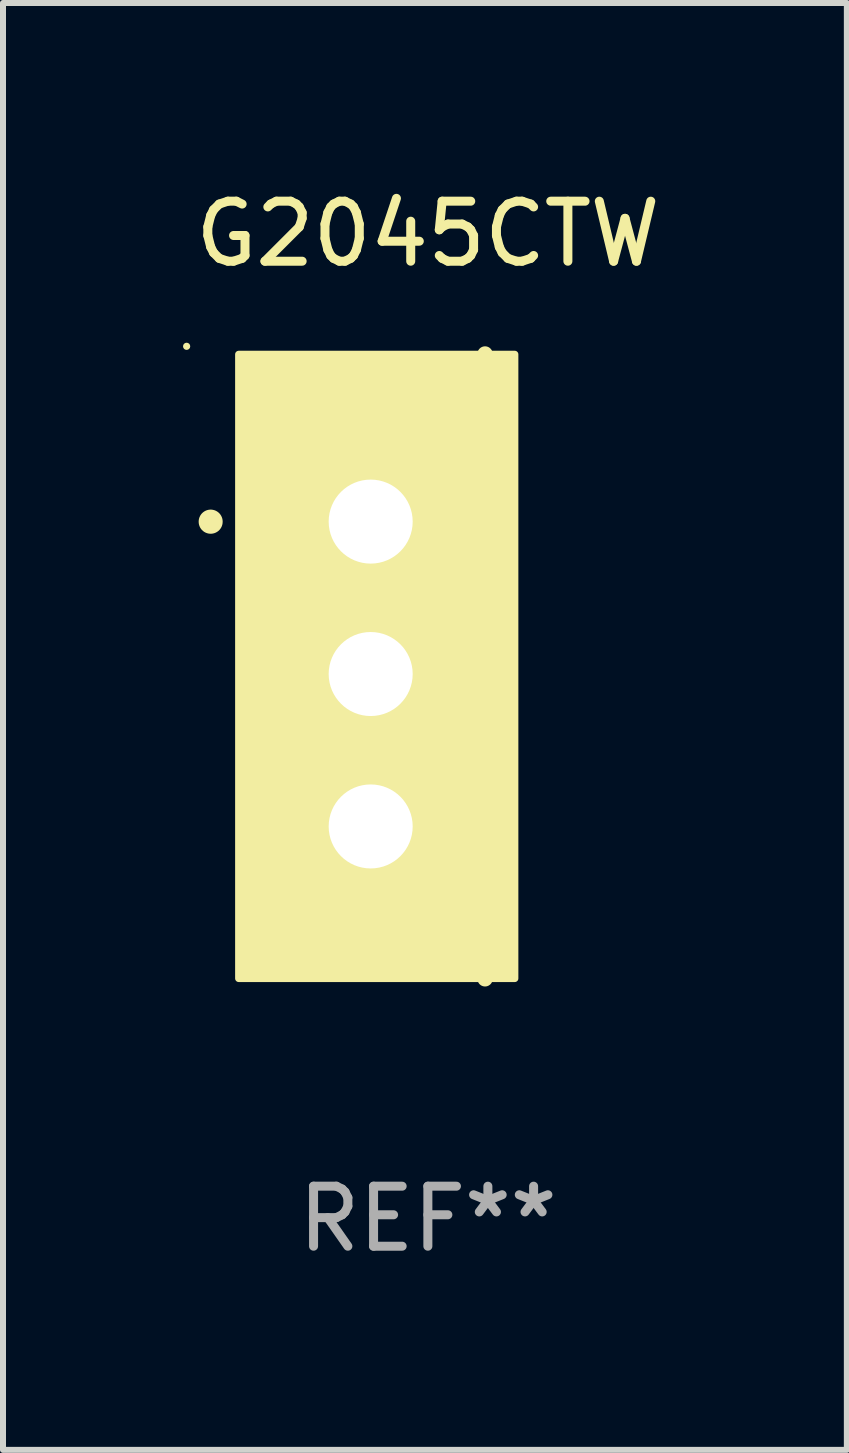
<source format=kicad_pcb>
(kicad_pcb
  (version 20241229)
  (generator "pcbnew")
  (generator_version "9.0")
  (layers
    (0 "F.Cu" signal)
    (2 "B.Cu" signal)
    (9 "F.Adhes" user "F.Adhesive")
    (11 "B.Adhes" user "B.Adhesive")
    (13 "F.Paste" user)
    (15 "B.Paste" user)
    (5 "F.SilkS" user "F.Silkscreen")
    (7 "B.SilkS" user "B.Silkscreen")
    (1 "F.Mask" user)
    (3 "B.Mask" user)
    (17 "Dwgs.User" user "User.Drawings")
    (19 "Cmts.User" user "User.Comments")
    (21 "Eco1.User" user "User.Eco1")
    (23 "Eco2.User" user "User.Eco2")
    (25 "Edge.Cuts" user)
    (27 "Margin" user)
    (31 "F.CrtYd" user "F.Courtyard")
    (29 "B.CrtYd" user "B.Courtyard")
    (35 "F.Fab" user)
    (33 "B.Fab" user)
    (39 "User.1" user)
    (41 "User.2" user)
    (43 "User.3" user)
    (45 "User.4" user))
  (footprint "G2045CTW"
    (layer "F.Cu")
    (at 4.08 8.055)
    (property "Reference" "G2045CTW" (at 0 -7.207 0) (layer "F.SilkS") (effects (font (size 1 1) (thickness 0.15))))
    (attr through_hole)
    (fp_line (start 0.953 5.207) (end 0.953 -5.207) (stroke (width 0.254) (type solid)) (layer "F.SilkS"))
    (fp_arc (start -3.619507 -2.410465) (mid -3.619511 -2.411735) (end -3.619507 -2.413005) (stroke (width 0.4) (type solid)) (layer "F.SilkS"))
    (fp_circle (center -4.02 -5.334) (end -3.99 -5.334) (stroke (width 0.06) (type solid)) (fill no) (layer "F.SilkS"))
    (fp_poly (pts (xy -3.152 -5.2) (xy 1.448 -5.2) (xy 1.448 5.2) (xy -3.152 5.2)) (stroke (width 0.12) (type solid)) (fill yes) (layer "F.SilkS"))
    (fp_text user "REF**" (at 0 9.207 0) (layer "F.Fab") (effects (font (size 1 1) (thickness 0.15))))
    (pad "1" thru_hole rect (at -0.953 -2.413 270) (size 2 2.5) (drill 1.4) (layers "*.Cu" "*.Mask"))
    (pad "2" thru_hole oval (at -0.953 0.127 270) (size 2 2.5) (drill 1.4) (layers "*.Cu" "*.Mask"))
    (pad "3" thru_hole oval (at -0.953 2.667 270) (size 2 2.5) (drill 1.4) (layers "*.Cu" "*.Mask")))
  (gr_rect
    (start -3 -3)
    (end 11.062 21.111)
    (stroke (width 0.1) (type default))
    (fill no)
    (layer "Edge.Cuts")))
</source>
